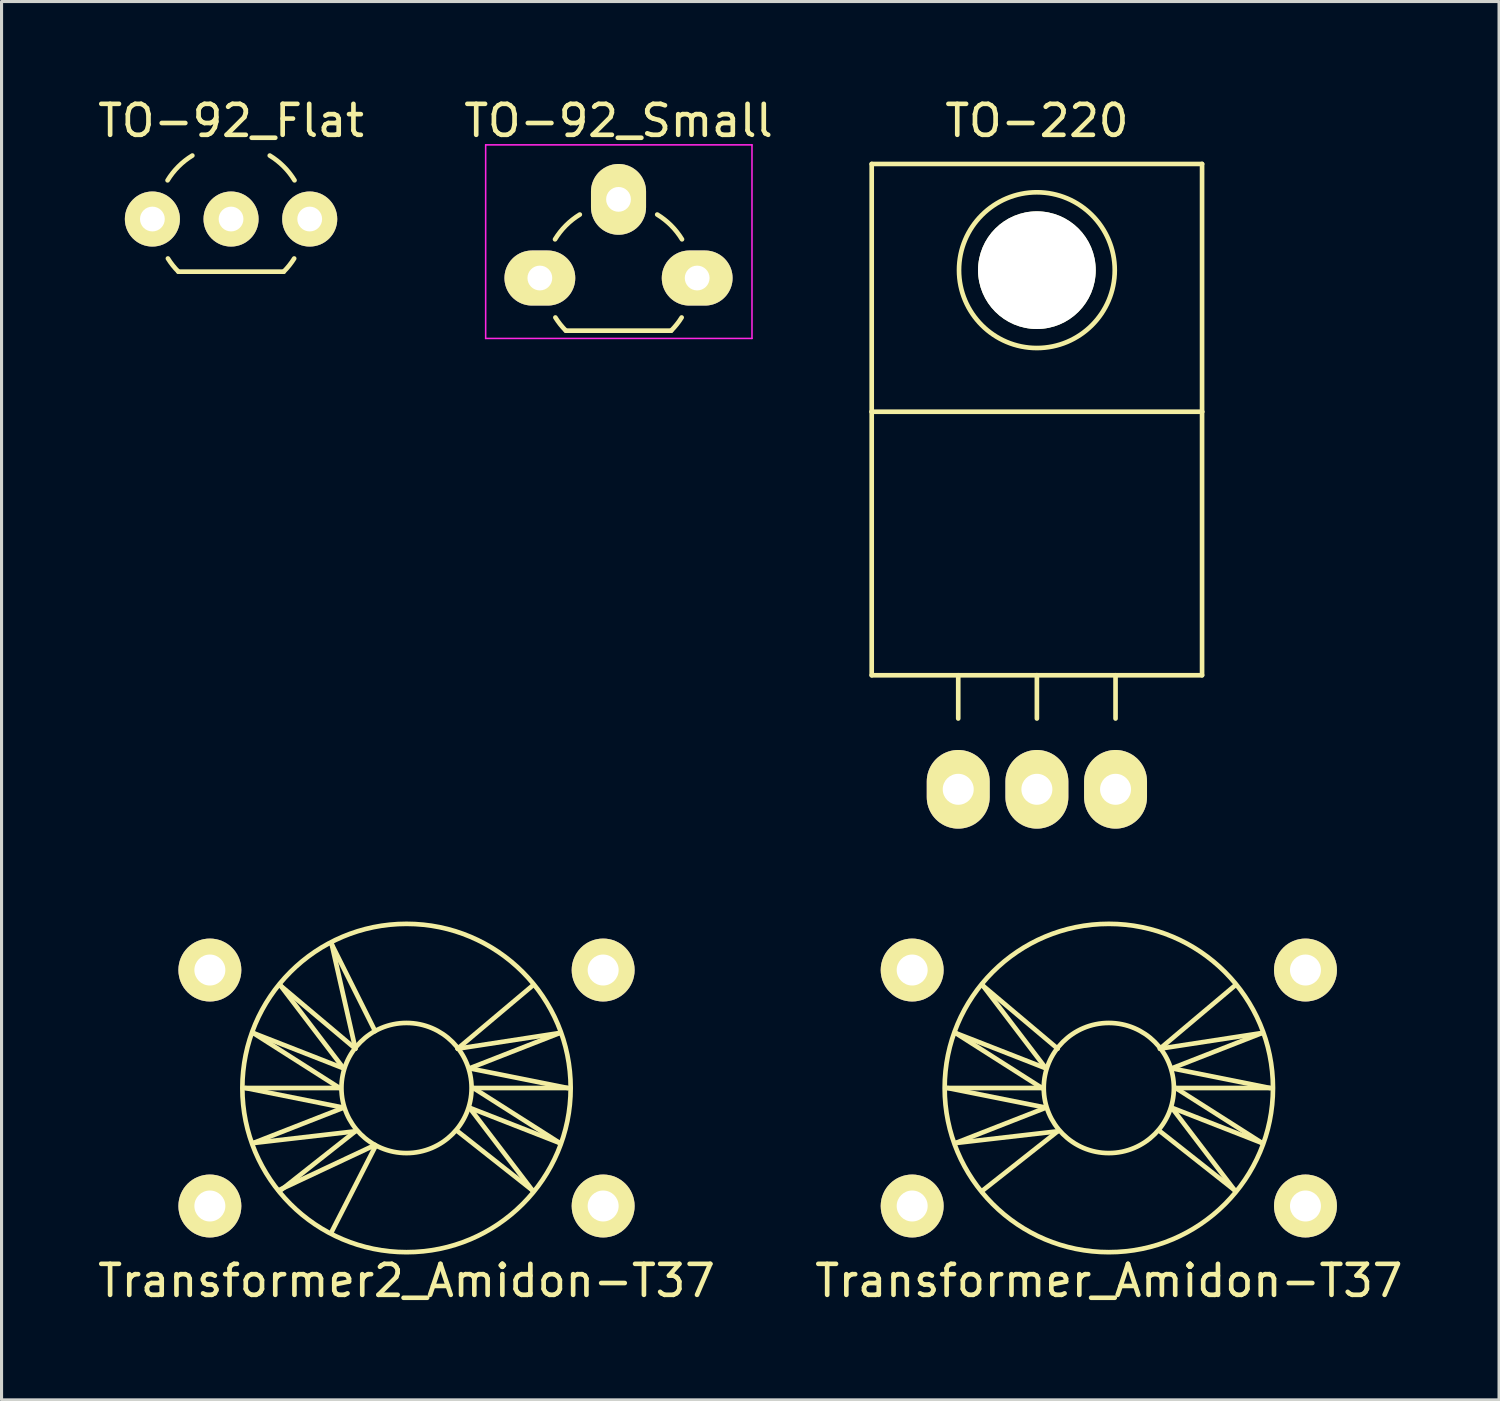
<source format=kicad_pcb>
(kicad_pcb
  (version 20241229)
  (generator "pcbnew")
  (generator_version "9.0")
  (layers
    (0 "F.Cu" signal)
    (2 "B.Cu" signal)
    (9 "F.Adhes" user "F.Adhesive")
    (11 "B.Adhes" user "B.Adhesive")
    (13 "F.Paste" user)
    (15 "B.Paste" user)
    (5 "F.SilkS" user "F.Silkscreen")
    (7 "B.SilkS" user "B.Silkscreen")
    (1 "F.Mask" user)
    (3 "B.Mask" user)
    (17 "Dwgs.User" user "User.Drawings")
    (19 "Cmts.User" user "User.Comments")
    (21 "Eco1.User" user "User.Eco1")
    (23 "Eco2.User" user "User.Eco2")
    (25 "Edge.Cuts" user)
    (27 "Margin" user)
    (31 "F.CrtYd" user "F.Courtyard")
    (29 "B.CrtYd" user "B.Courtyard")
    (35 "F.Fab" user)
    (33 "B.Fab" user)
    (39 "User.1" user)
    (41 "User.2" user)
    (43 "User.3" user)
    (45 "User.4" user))
  (footprint "TO-92_Flat"
    (layer "F.Cu")
    (at 1.871 4.023)
    (property "Reference" "TO-92_Flat" (at 2.54 -3.175 0) (layer "F.SilkS") (effects (font (size 1 1) (thickness 0.15))))
    (attr through_hole)
    (fp_line (start 0.84 1.7) (end 4.24 1.7) (stroke (width 0.15) (type solid)) (layer "F.SilkS"))
    (fp_arc (start 0.49 -1.25) (mid 0.842207 -1.697793) (end 1.29 -2.05) (stroke (width 0.15) (type solid)) (layer "F.SilkS"))
    (fp_arc (start 0.84 1.7) (mid 0.658552 1.496715) (end 0.501273 1.274203) (stroke (width 0.15) (type solid)) (layer "F.SilkS"))
    (fp_arc (start 3.79 -2.05) (mid 4.237793 -1.697793) (end 4.59 -1.25) (stroke (width 0.15) (type solid)) (layer "F.SilkS"))
    (fp_arc (start 4.578727 1.274203) (mid 4.421448 1.496715) (end 4.24 1.7) (stroke (width 0.15) (type solid)) (layer "F.SilkS"))
    (pad "1" thru_hole circle (at 0 0 90) (size 1.778 1.778) (drill 0.8) (layers "*.Cu" "*.Mask" "F.SilkS"))
    (pad "2" thru_hole circle (at 2.54 0 90) (size 1.778 1.778) (drill 0.8) (layers "*.Cu" "*.Mask" "F.SilkS"))
    (pad "3" thru_hole circle (at 5.08 0 90) (size 1.778 1.778) (drill 0.8) (layers "*.Cu" "*.Mask" "F.SilkS")))
  (footprint "TO-92_Small"
    (layer "F.Cu")
    (at 14.383 5.928)
    (property "Reference" "TO-92_Small" (at 2.54 -5.08 0) (layer "F.SilkS") (effects (font (size 1 1) (thickness 0.15))))
    (attr through_hole)
    (fp_line (start 0.84 1.7) (end 4.24 1.7) (stroke (width 0.15) (type solid)) (layer "F.SilkS"))
    (fp_arc (start 0.49 -1.25) (mid 0.842207 -1.697793) (end 1.29 -2.05) (stroke (width 0.15) (type solid)) (layer "F.SilkS"))
    (fp_arc (start 0.84 1.7) (mid 0.658552 1.496715) (end 0.501273 1.274203) (stroke (width 0.15) (type solid)) (layer "F.SilkS"))
    (fp_arc (start 3.79 -2.05) (mid 4.237793 -1.697793) (end 4.59 -1.25) (stroke (width 0.15) (type solid)) (layer "F.SilkS"))
    (fp_arc (start 4.578727 1.274203) (mid 4.421448 1.496715) (end 4.24 1.7) (stroke (width 0.15) (type solid)) (layer "F.SilkS"))
    (fp_line (start -1.75 -4.3) (end 6.85 -4.3) (stroke (width 0.05) (type solid)) (layer "F.CrtYd"))
    (fp_line (start -1.75 1.95) (end -1.75 -4.3) (stroke (width 0.05) (type solid)) (layer "F.CrtYd"))
    (fp_line (start -1.75 1.95) (end 6.85 1.95) (stroke (width 0.05) (type solid)) (layer "F.CrtYd"))
    (fp_line (start 6.85 1.95) (end 6.85 -4.3) (stroke (width 0.05) (type solid)) (layer "F.CrtYd"))
    (pad "1" thru_hole oval (at 0 0 90) (size 1.778 2.286) (drill 0.8) (layers "*.Cu" "*.Mask" "F.SilkS"))
    (pad "2" thru_hole oval (at 2.54 -2.54 90) (size 2.286 1.778) (drill 0.8) (layers "*.Cu" "*.Mask" "F.SilkS"))
    (pad "3" thru_hole oval (at 5.08 0 90) (size 1.778 2.286) (drill 0.8) (layers "*.Cu" "*.Mask" "F.SilkS")))
  (footprint "Transformer_Amidon-T37"
    (layer "F.Cu")
    (at 32.756 32.084)
    (property "Reference" "Transformer_Amidon-T37" (at 0 6.223 0) (layer "F.SilkS") (effects (font (size 1 1) (thickness 0.15))))
    (attr through_hole)
    (fp_line (start -5.207 0) (end -2.032 0.635) (stroke (width 0.15) (type solid)) (layer "F.SilkS"))
    (fp_line (start -4.953 -1.778) (end -2.159 0) (stroke (width 0.15) (type solid)) (layer "F.SilkS"))
    (fp_line (start -4.953 1.778) (end -2.032 0.635) (stroke (width 0.15) (type solid)) (layer "F.SilkS"))
    (fp_line (start -4.953 1.778) (end -1.651 1.397) (stroke (width 0.15) (type solid)) (layer "F.SilkS"))
    (fp_line (start -4.064 -3.302) (end -2.032 -0.635) (stroke (width 0.15) (type solid)) (layer "F.SilkS"))
    (fp_line (start -4.064 3.302) (end -1.651 1.397) (stroke (width 0.15) (type solid)) (layer "F.SilkS"))
    (fp_line (start -2.159 0) (end -5.207 0) (stroke (width 0.15) (type solid)) (layer "F.SilkS"))
    (fp_line (start -2.032 -0.635) (end -4.953 -1.778) (stroke (width 0.15) (type solid)) (layer "F.SilkS"))
    (fp_line (start -1.651 -1.27) (end -4.064 -3.302) (stroke (width 0.15) (type solid)) (layer "F.SilkS"))
    (fp_line (start 1.651 -1.27) (end 4.064 -3.302) (stroke (width 0.15) (type solid)) (layer "F.SilkS"))
    (fp_line (start 1.651 -1.27) (end 4.953 -1.778) (stroke (width 0.15) (type solid)) (layer "F.SilkS"))
    (fp_line (start 2.032 -0.635) (end 4.953 -1.778) (stroke (width 0.15) (type solid)) (layer "F.SilkS"))
    (fp_line (start 2.032 -0.635) (end 5.207 0) (stroke (width 0.15) (type solid)) (layer "F.SilkS"))
    (fp_line (start 2.032 0.635) (end 4.064 3.302) (stroke (width 0.15) (type solid)) (layer "F.SilkS"))
    (fp_line (start 2.032 0.635) (end 4.953 1.778) (stroke (width 0.15) (type solid)) (layer "F.SilkS"))
    (fp_line (start 2.159 0) (end 4.953 1.778) (stroke (width 0.15) (type solid)) (layer "F.SilkS"))
    (fp_line (start 2.159 0) (end 5.207 0) (stroke (width 0.15) (type solid)) (layer "F.SilkS"))
    (fp_line (start 4.064 3.302) (end 1.651 1.397) (stroke (width 0.15) (type solid)) (layer "F.SilkS"))
    (fp_circle (center 0 0) (end 2.101 0) (stroke (width 0.15) (type solid)) (fill no) (layer "F.SilkS"))
    (fp_circle (center 0 0) (end 5.301 0) (stroke (width 0.15) (type solid)) (fill no) (layer "F.SilkS"))
    (pad "1" thru_hole circle (at -6.35 3.81) (size 2.032 2.032) (drill 1) (layers "*.Cu" "*.Mask" "F.SilkS"))
    (pad "2" thru_hole circle (at 6.35 3.81) (size 2.032 2.032) (drill 1) (layers "*.Cu" "*.Mask" "F.SilkS"))
    (pad "3" thru_hole circle (at -6.35 -3.81) (size 2.032 2.032) (drill 1) (layers "*.Cu" "*.Mask" "F.SilkS"))
    (pad "4" thru_hole circle (at 6.35 -3.81) (size 2.032 2.032) (drill 1) (layers "*.Cu" "*.Mask" "F.SilkS")))
  (footprint "TO-220"
    (layer "F.Cu")
    (at 30.433 22.438)
    (property "Reference" "TO-220" (at 0 -21.59 0) (layer "F.SilkS") (effects (font (size 1 1) (thickness 0.15))))
    (attr through_hole)
    (fp_line (start -5.334 -20.193) (end -5.334 -12.192) (stroke (width 0.15) (type solid)) (layer "F.SilkS"))
    (fp_line (start -5.334 -12.192) (end -5.334 -3.683) (stroke (width 0.15) (type solid)) (layer "F.SilkS"))
    (fp_line (start -2.54 -3.683) (end -2.54 -2.286) (stroke (width 0.15) (type solid)) (layer "F.SilkS"))
    (fp_line (start 0 -3.683) (end -5.334 -3.683) (stroke (width 0.15) (type solid)) (layer "F.SilkS"))
    (fp_line (start 0 -3.683) (end 0 -2.286) (stroke (width 0.15) (type solid)) (layer "F.SilkS"))
    (fp_line (start 0 -3.683) (end 5.334 -3.683) (stroke (width 0.15) (type solid)) (layer "F.SilkS"))
    (fp_line (start 2.54 -3.683) (end 2.54 -2.286) (stroke (width 0.15) (type solid)) (layer "F.SilkS"))
    (fp_line (start 5.334 -20.193) (end -5.334 -20.193) (stroke (width 0.15) (type solid)) (layer "F.SilkS"))
    (fp_line (start 5.334 -12.192) (end -5.334 -12.192) (stroke (width 0.15) (type solid)) (layer "F.SilkS"))
    (fp_line (start 5.334 -12.192) (end 5.334 -20.193) (stroke (width 0.15) (type solid)) (layer "F.SilkS"))
    (fp_line (start 5.334 -3.683) (end 5.334 -12.192) (stroke (width 0.15) (type solid)) (layer "F.SilkS"))
    (fp_circle (center 0 -16.764) (end 1.778 -14.986) (stroke (width 0.15) (type solid)) (fill no) (layer "F.SilkS"))
    (pad "" np_thru_hole circle (at 0 -16.764 90) (size 3.8 3.8) (drill 3.8) (layers "*.Cu" "*.Mask" "F.SilkS"))
    (pad "1" thru_hole oval (at -2.54 0 90) (size 2.54 2.032) (drill 1) (layers "*.Cu" "*.Mask" "F.SilkS"))
    (pad "2" thru_hole oval (at 0 0 90) (size 2.54 2.032) (drill 1) (layers "*.Cu" "*.Mask" "F.SilkS"))
    (pad "3" thru_hole oval (at 2.54 0 90) (size 2.54 2.032) (drill 1) (layers "*.Cu" "*.Mask" "F.SilkS")))
  (footprint "Transformer2_Amidon-T37"
    (layer "F.Cu")
    (at 10.077 32.084)
    (property "Reference" "Transformer2_Amidon-T37" (at 0 6.223 0) (layer "F.SilkS") (effects (font (size 1 1) (thickness 0.15))))
    (attr through_hole)
    (fp_line (start -5.207 0) (end -2.032 0.635) (stroke (width 0.15) (type solid)) (layer "F.SilkS"))
    (fp_line (start -4.953 -1.778) (end -2.159 0) (stroke (width 0.15) (type solid)) (layer "F.SilkS"))
    (fp_line (start -4.953 1.778) (end -2.032 0.635) (stroke (width 0.15) (type solid)) (layer "F.SilkS"))
    (fp_line (start -4.953 1.778) (end -1.651 1.397) (stroke (width 0.15) (type solid)) (layer "F.SilkS"))
    (fp_line (start -4.128 3.302) (end -1.016 1.841) (stroke (width 0.152) (type solid)) (layer "F.SilkS"))
    (fp_line (start -4.064 -3.302) (end -2.032 -0.635) (stroke (width 0.15) (type solid)) (layer "F.SilkS"))
    (fp_line (start -4.064 3.302) (end -1.651 1.397) (stroke (width 0.15) (type solid)) (layer "F.SilkS"))
    (fp_line (start -2.159 0) (end -5.207 0) (stroke (width 0.15) (type solid)) (layer "F.SilkS"))
    (fp_line (start -2.032 -0.635) (end -4.953 -1.778) (stroke (width 0.15) (type solid)) (layer "F.SilkS"))
    (fp_line (start -1.651 -1.27) (end -4.064 -3.302) (stroke (width 0.15) (type solid)) (layer "F.SilkS"))
    (fp_line (start -1.651 -1.27) (end -2.413 -4.636) (stroke (width 0.152) (type solid)) (layer "F.SilkS"))
    (fp_line (start -1.016 -1.841) (end -2.413 -4.636) (stroke (width 0.152) (type solid)) (layer "F.SilkS"))
    (fp_line (start -1.016 1.905) (end -2.413 4.636) (stroke (width 0.152) (type solid)) (layer "F.SilkS"))
    (fp_line (start 1.651 -1.27) (end 4.064 -3.302) (stroke (width 0.15) (type solid)) (layer "F.SilkS"))
    (fp_line (start 1.651 -1.27) (end 4.953 -1.778) (stroke (width 0.15) (type solid)) (layer "F.SilkS"))
    (fp_line (start 2.032 -0.635) (end 4.953 -1.778) (stroke (width 0.15) (type solid)) (layer "F.SilkS"))
    (fp_line (start 2.032 -0.635) (end 5.207 0) (stroke (width 0.15) (type solid)) (layer "F.SilkS"))
    (fp_line (start 2.032 0.635) (end 4.064 3.302) (stroke (width 0.15) (type solid)) (layer "F.SilkS"))
    (fp_line (start 2.032 0.635) (end 4.953 1.778) (stroke (width 0.15) (type solid)) (layer "F.SilkS"))
    (fp_line (start 2.159 0) (end 4.953 1.778) (stroke (width 0.15) (type solid)) (layer "F.SilkS"))
    (fp_line (start 2.159 0) (end 5.207 0) (stroke (width 0.15) (type solid)) (layer "F.SilkS"))
    (fp_line (start 4.064 3.302) (end 1.651 1.397) (stroke (width 0.15) (type solid)) (layer "F.SilkS"))
    (fp_circle (center 0 0) (end 2.101 0) (stroke (width 0.15) (type solid)) (fill no) (layer "F.SilkS"))
    (fp_circle (center 0 0) (end 5.301 0) (stroke (width 0.15) (type solid)) (fill no) (layer "F.SilkS"))
    (pad "1" thru_hole circle (at -6.35 3.81) (size 2.032 2.032) (drill 1) (layers "*.Cu" "*.Mask" "F.SilkS"))
    (pad "2" thru_hole circle (at 6.35 3.81) (size 2.032 2.032) (drill 1) (layers "*.Cu" "*.Mask" "F.SilkS"))
    (pad "3" thru_hole circle (at -6.35 -3.81) (size 2.032 2.032) (drill 1) (layers "*.Cu" "*.Mask" "F.SilkS"))
    (pad "4" thru_hole circle (at 6.35 -3.81) (size 2.032 2.032) (drill 1) (layers "*.Cu" "*.Mask" "F.SilkS")))
  (gr_rect
    (start -3 -3)
    (end 45.357 42.155)
    (stroke (width 0.1) (type default))
    (fill no)
    (layer "Edge.Cuts")))
</source>
